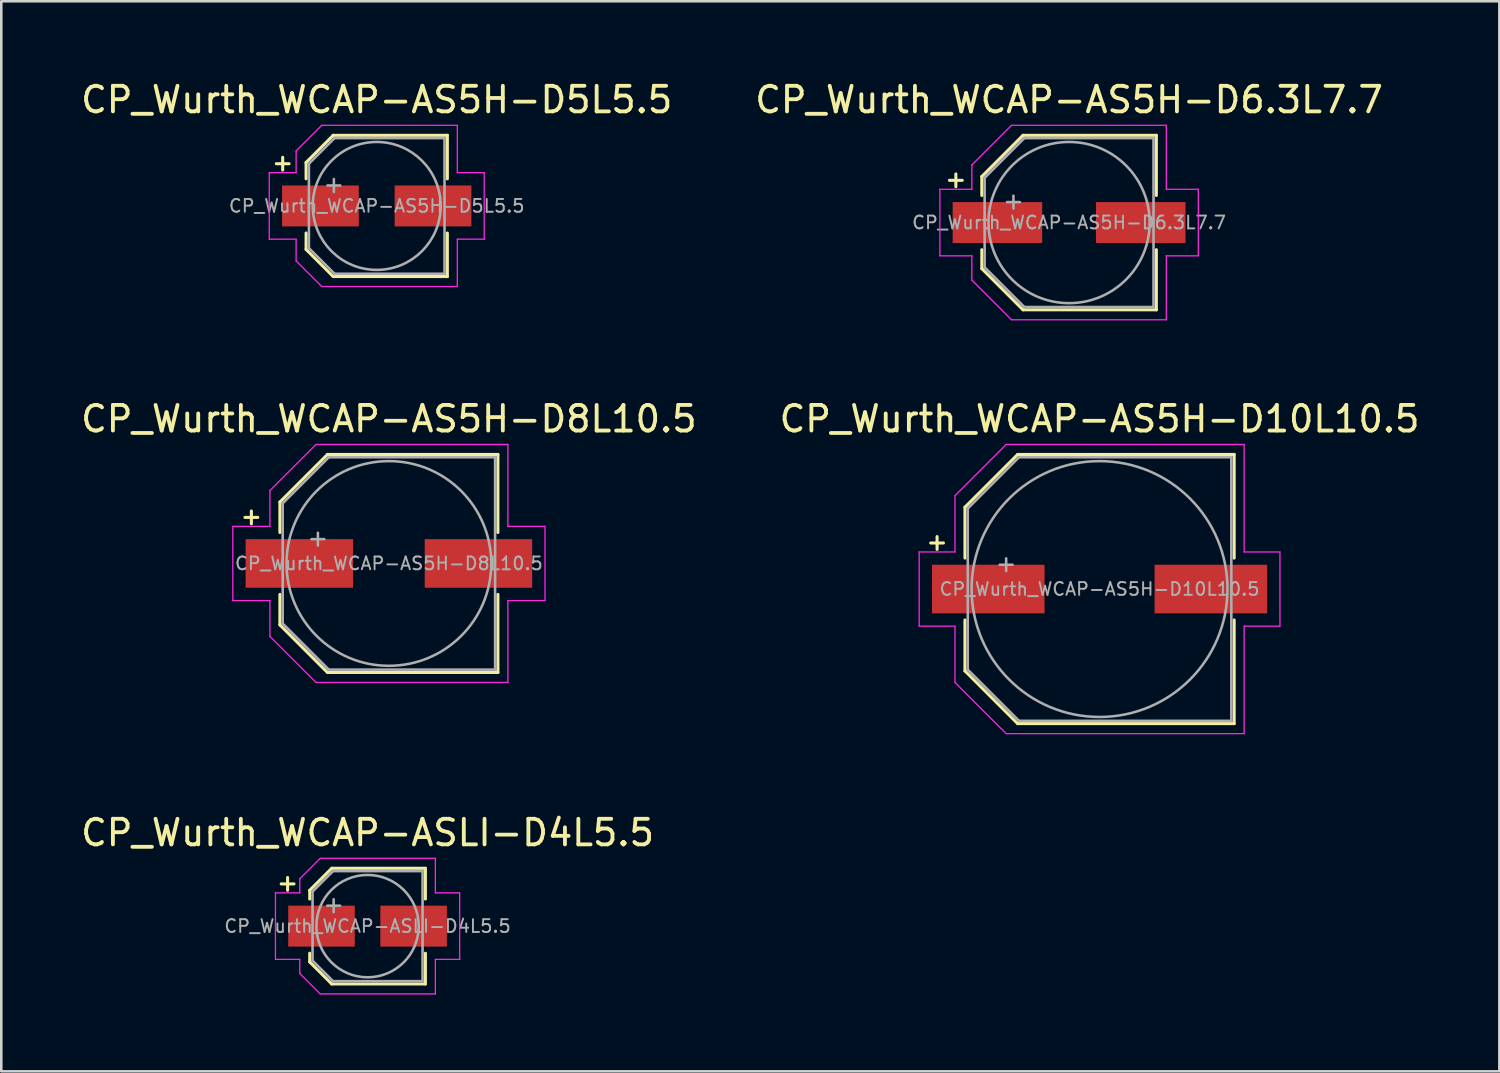
<source format=kicad_pcb>
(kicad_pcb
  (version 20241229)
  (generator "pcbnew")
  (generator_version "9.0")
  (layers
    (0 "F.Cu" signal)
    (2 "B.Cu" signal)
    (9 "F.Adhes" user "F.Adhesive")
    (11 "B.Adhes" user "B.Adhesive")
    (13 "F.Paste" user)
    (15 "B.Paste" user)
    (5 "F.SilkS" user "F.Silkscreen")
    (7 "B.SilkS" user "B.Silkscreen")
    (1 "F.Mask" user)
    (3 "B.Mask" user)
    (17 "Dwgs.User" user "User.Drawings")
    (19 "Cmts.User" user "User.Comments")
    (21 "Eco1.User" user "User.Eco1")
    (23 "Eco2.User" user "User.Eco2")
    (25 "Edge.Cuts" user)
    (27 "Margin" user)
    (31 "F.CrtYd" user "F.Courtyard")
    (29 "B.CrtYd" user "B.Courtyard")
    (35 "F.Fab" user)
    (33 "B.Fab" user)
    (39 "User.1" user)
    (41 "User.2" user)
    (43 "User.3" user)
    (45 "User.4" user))
  (footprint "CP_Wurth_WCAP-AS5H-D6.3L7.7"
    (layer "F.Cu")
    (at 38.732 5.648)
    (property "Reference" "CP_Wurth_WCAP-AS5H-D6.3L7.7" (at 0 -4.8 0) (unlocked yes) (layer "F.SilkS") (effects (font (size 1 1) (thickness 0.15))))
    (attr smd)
    (fp_line (start -4.425 -1.4) (end -4.425 -1.9) (stroke (width 0.12) (type solid)) (layer "F.SilkS"))
    (fp_line (start -4.175 -1.65) (end -4.675 -1.65) (stroke (width 0.12) (type solid)) (layer "F.SilkS"))
    (fp_line (start -3.41 -1.8) (end -3.41 -1.06) (stroke (width 0.12) (type default)) (layer "F.SilkS"))
    (fp_line (start -3.41 -1.8) (end -1.8 -3.41) (stroke (width 0.12) (type default)) (layer "F.SilkS"))
    (fp_line (start -3.41 1.8) (end -3.41 1.06) (stroke (width 0.12) (type default)) (layer "F.SilkS"))
    (fp_line (start -3.41 1.8) (end -1.8 3.41) (stroke (width 0.12) (type default)) (layer "F.SilkS"))
    (fp_line (start -1.8 -3.41) (end 3.41 -3.41) (stroke (width 0.12) (type solid)) (layer "F.SilkS"))
    (fp_line (start -1.8 3.41) (end 3.41 3.41) (stroke (width 0.12) (type solid)) (layer "F.SilkS"))
    (fp_line (start 3.41 -3.41) (end 3.41 -1.06) (stroke (width 0.12) (type default)) (layer "F.SilkS"))
    (fp_line (start 3.41 1.06) (end 3.41 3.41) (stroke (width 0.12) (type default)) (layer "F.SilkS"))
    (fp_line (start -5.05 -1.3) (end -5.05 1.3) (stroke (width 0.05) (type default)) (layer "F.CrtYd"))
    (fp_line (start -5.05 -1.3) (end -3.8 -1.3) (stroke (width 0.05) (type default)) (layer "F.CrtYd"))
    (fp_line (start -5.05 1.3) (end -3.8 1.3) (stroke (width 0.05) (type default)) (layer "F.CrtYd"))
    (fp_line (start -3.8 -2.25) (end -3.8 -1.3) (stroke (width 0.05) (type default)) (layer "F.CrtYd"))
    (fp_line (start -3.8 -2.25) (end -2.25 -3.8) (stroke (width 0.05) (type default)) (layer "F.CrtYd"))
    (fp_line (start -3.8 1.3) (end -3.8 2.25) (stroke (width 0.05) (type default)) (layer "F.CrtYd"))
    (fp_line (start -3.8 2.25) (end -2.25 3.8) (stroke (width 0.05) (type default)) (layer "F.CrtYd"))
    (fp_line (start -2.25 -3.8) (end 3.8 -3.8) (stroke (width 0.05) (type default)) (layer "F.CrtYd"))
    (fp_line (start -2.25 3.8) (end 3.8 3.8) (stroke (width 0.05) (type default)) (layer "F.CrtYd"))
    (fp_line (start 3.8 -3.8) (end 3.8 -1.3) (stroke (width 0.05) (type default)) (layer "F.CrtYd"))
    (fp_line (start 3.8 -1.3) (end 5.05 -1.3) (stroke (width 0.05) (type default)) (layer "F.CrtYd"))
    (fp_line (start 3.8 1.3) (end 3.8 3.8) (stroke (width 0.05) (type default)) (layer "F.CrtYd"))
    (fp_line (start 3.8 1.3) (end 5.05 1.3) (stroke (width 0.05) (type default)) (layer "F.CrtYd"))
    (fp_line (start 5.05 -1.3) (end 5.05 1.3) (stroke (width 0.05) (type default)) (layer "F.CrtYd"))
    (fp_line (start -3.3 -1.75) (end -1.75 -3.3) (stroke (width 0.1) (type default)) (layer "F.Fab"))
    (fp_line (start -3.3 1.75) (end -3.3 -1.75) (stroke (width 0.1) (type default)) (layer "F.Fab"))
    (fp_line (start -2.175 -0.55) (end -2.175 -1.05) (stroke (width 0.1) (type default)) (layer "F.Fab"))
    (fp_line (start -1.925 -0.8) (end -2.425 -0.8) (stroke (width 0.1) (type default)) (layer "F.Fab"))
    (fp_line (start -1.75 -3.3) (end 3.3 -3.3) (stroke (width 0.1) (type default)) (layer "F.Fab"))
    (fp_line (start -1.75 3.3) (end -3.3 1.75) (stroke (width 0.1) (type default)) (layer "F.Fab"))
    (fp_line (start 3.3 -3.3) (end 3.3 3.3) (stroke (width 0.1) (type default)) (layer "F.Fab"))
    (fp_line (start 3.3 3.3) (end -1.75 3.3) (stroke (width 0.1) (type default)) (layer "F.Fab"))
    (fp_circle (center 0 0) (end 3.15 0) (stroke (width 0.1) (type default)) (fill no) (layer "F.Fab"))
    (fp_text user "${REFERENCE}" (at 0 0 0) (unlocked yes) (layer "F.Fab") (effects (font (size 0.5 0.5) (thickness 0.075))))
    (pad "1" smd rect (at -2.8 0) (size 3.5 1.6) (layers "F.Cu" "F.Mask" "F.Paste"))
    (pad "2" smd rect (at 2.8 0) (size 3.5 1.6) (layers "F.Cu" "F.Mask" "F.Paste")))
  (footprint "CP_Wurth_WCAP-AS5H-D10L10.5"
    (layer "F.Cu")
    (at 39.923 19.971)
    (property "Reference" "CP_Wurth_WCAP-AS5H-D10L10.5" (at 0 -6.65 0) (unlocked yes) (layer "F.SilkS") (effects (font (size 1 1) (thickness 0.15))))
    (attr smd)
    (fp_line (start -6.35 -1.55) (end -6.35 -2.05) (stroke (width 0.12) (type solid)) (layer "F.SilkS"))
    (fp_line (start -6.1 -1.8) (end -6.6 -1.8) (stroke (width 0.12) (type solid)) (layer "F.SilkS"))
    (fp_line (start -5.26 -3.2) (end -5.26 -1.21) (stroke (width 0.12) (type default)) (layer "F.SilkS"))
    (fp_line (start -5.26 -3.2) (end -3.2 -5.26) (stroke (width 0.12) (type default)) (layer "F.SilkS"))
    (fp_line (start -5.26 3.2) (end -5.26 1.21) (stroke (width 0.12) (type default)) (layer "F.SilkS"))
    (fp_line (start -5.26 3.2) (end -3.2 5.26) (stroke (width 0.12) (type default)) (layer "F.SilkS"))
    (fp_line (start -3.2 -5.26) (end 5.26 -5.26) (stroke (width 0.12) (type solid)) (layer "F.SilkS"))
    (fp_line (start -3.2 5.26) (end 5.26 5.26) (stroke (width 0.12) (type solid)) (layer "F.SilkS"))
    (fp_line (start 5.26 -5.26) (end 5.26 -1.21) (stroke (width 0.12) (type default)) (layer "F.SilkS"))
    (fp_line (start 5.26 1.21) (end 5.26 5.26) (stroke (width 0.12) (type default)) (layer "F.SilkS"))
    (fp_line (start -7.05 -1.45) (end -7.05 1.45) (stroke (width 0.05) (type default)) (layer "F.CrtYd"))
    (fp_line (start -7.05 -1.45) (end -5.65 -1.45) (stroke (width 0.05) (type default)) (layer "F.CrtYd"))
    (fp_line (start -7.05 1.45) (end -5.65 1.45) (stroke (width 0.05) (type default)) (layer "F.CrtYd"))
    (fp_line (start -5.65 -3.65) (end -5.65 -1.45) (stroke (width 0.05) (type default)) (layer "F.CrtYd"))
    (fp_line (start -5.65 -3.65) (end -3.65 -5.65) (stroke (width 0.05) (type default)) (layer "F.CrtYd"))
    (fp_line (start -5.65 1.45) (end -5.65 3.65) (stroke (width 0.05) (type default)) (layer "F.CrtYd"))
    (fp_line (start -5.65 3.65) (end -3.65 5.65) (stroke (width 0.05) (type default)) (layer "F.CrtYd"))
    (fp_line (start -3.65 -5.65) (end 5.65 -5.65) (stroke (width 0.05) (type default)) (layer "F.CrtYd"))
    (fp_line (start -3.65 5.65) (end 5.65 5.65) (stroke (width 0.05) (type default)) (layer "F.CrtYd"))
    (fp_line (start 5.65 -5.65) (end 5.65 -1.45) (stroke (width 0.05) (type default)) (layer "F.CrtYd"))
    (fp_line (start 5.65 -1.45) (end 7.05 -1.45) (stroke (width 0.05) (type default)) (layer "F.CrtYd"))
    (fp_line (start 5.65 1.45) (end 5.65 5.65) (stroke (width 0.05) (type default)) (layer "F.CrtYd"))
    (fp_line (start 5.65 1.45) (end 7.05 1.45) (stroke (width 0.05) (type default)) (layer "F.CrtYd"))
    (fp_line (start 7.05 -1.45) (end 7.05 1.45) (stroke (width 0.05) (type default)) (layer "F.CrtYd"))
    (fp_line (start -5.15 -3.15) (end -3.15 -5.15) (stroke (width 0.1) (type default)) (layer "F.Fab"))
    (fp_line (start -5.15 3.15) (end -5.15 -3.15) (stroke (width 0.1) (type default)) (layer "F.Fab"))
    (fp_line (start -3.65 -0.7) (end -3.65 -1.2) (stroke (width 0.1) (type default)) (layer "F.Fab"))
    (fp_line (start -3.4 -0.95) (end -3.9 -0.95) (stroke (width 0.1) (type default)) (layer "F.Fab"))
    (fp_line (start -3.15 -5.15) (end 5.15 -5.15) (stroke (width 0.1) (type default)) (layer "F.Fab"))
    (fp_line (start -3.15 5.15) (end -5.15 3.15) (stroke (width 0.1) (type default)) (layer "F.Fab"))
    (fp_line (start 5.15 -5.15) (end 5.15 5.15) (stroke (width 0.1) (type default)) (layer "F.Fab"))
    (fp_line (start 5.15 5.15) (end -3.15 5.15) (stroke (width 0.1) (type default)) (layer "F.Fab"))
    (fp_circle (center 0 0) (end 5 0) (stroke (width 0.1) (type default)) (fill no) (layer "F.Fab"))
    (fp_text user "${REFERENCE}" (at 0 0 0) (unlocked yes) (layer "F.Fab") (effects (font (size 0.5 0.5) (thickness 0.075))))
    (pad "1" smd rect (at -4.35 0) (size 4.4 1.9) (layers "F.Cu" "F.Mask" "F.Paste"))
    (pad "2" smd rect (at 4.35 0) (size 4.4 1.9) (layers "F.Cu" "F.Mask" "F.Paste")))
  (footprint "CP_Wurth_WCAP-AS5H-D8L10.5"
    (layer "F.Cu")
    (at 12.149 18.971)
    (property "Reference" "CP_Wurth_WCAP-AS5H-D8L10.5" (at 0 -5.65 0) (unlocked yes) (layer "F.SilkS") (effects (font (size 1 1) (thickness 0.15))))
    (attr smd)
    (fp_line (start -5.375 -1.55) (end -5.375 -2.05) (stroke (width 0.12) (type solid)) (layer "F.SilkS"))
    (fp_line (start -5.125 -1.8) (end -5.625 -1.8) (stroke (width 0.12) (type solid)) (layer "F.SilkS"))
    (fp_line (start -4.26 -2.4) (end -4.26 -1.21) (stroke (width 0.12) (type default)) (layer "F.SilkS"))
    (fp_line (start -4.26 -2.4) (end -2.4 -4.26) (stroke (width 0.12) (type default)) (layer "F.SilkS"))
    (fp_line (start -4.26 2.4) (end -4.26 1.21) (stroke (width 0.12) (type default)) (layer "F.SilkS"))
    (fp_line (start -4.26 2.4) (end -2.4 4.26) (stroke (width 0.12) (type default)) (layer "F.SilkS"))
    (fp_line (start -2.4 -4.26) (end 4.26 -4.26) (stroke (width 0.12) (type solid)) (layer "F.SilkS"))
    (fp_line (start -2.4 4.26) (end 4.26 4.26) (stroke (width 0.12) (type solid)) (layer "F.SilkS"))
    (fp_line (start 4.26 -4.26) (end 4.26 -1.21) (stroke (width 0.12) (type default)) (layer "F.SilkS"))
    (fp_line (start 4.26 1.21) (end 4.26 4.26) (stroke (width 0.12) (type default)) (layer "F.SilkS"))
    (fp_line (start -6.1 -1.45) (end -6.1 1.45) (stroke (width 0.05) (type default)) (layer "F.CrtYd"))
    (fp_line (start -6.1 -1.45) (end -4.65 -1.45) (stroke (width 0.05) (type default)) (layer "F.CrtYd"))
    (fp_line (start -6.1 1.45) (end -4.65 1.45) (stroke (width 0.05) (type default)) (layer "F.CrtYd"))
    (fp_line (start -4.65 -2.85) (end -4.65 -1.45) (stroke (width 0.05) (type default)) (layer "F.CrtYd"))
    (fp_line (start -4.65 -2.85) (end -2.85 -4.65) (stroke (width 0.05) (type default)) (layer "F.CrtYd"))
    (fp_line (start -4.65 1.45) (end -4.65 2.85) (stroke (width 0.05) (type default)) (layer "F.CrtYd"))
    (fp_line (start -4.65 2.85) (end -2.85 4.65) (stroke (width 0.05) (type default)) (layer "F.CrtYd"))
    (fp_line (start -2.85 -4.65) (end 4.65 -4.65) (stroke (width 0.05) (type default)) (layer "F.CrtYd"))
    (fp_line (start -2.85 4.65) (end 4.65 4.65) (stroke (width 0.05) (type default)) (layer "F.CrtYd"))
    (fp_line (start 4.65 -4.65) (end 4.65 -1.45) (stroke (width 0.05) (type default)) (layer "F.CrtYd"))
    (fp_line (start 4.65 -1.45) (end 6.1 -1.45) (stroke (width 0.05) (type default)) (layer "F.CrtYd"))
    (fp_line (start 4.65 1.45) (end 4.65 4.65) (stroke (width 0.05) (type default)) (layer "F.CrtYd"))
    (fp_line (start 4.65 1.45) (end 6.1 1.45) (stroke (width 0.05) (type default)) (layer "F.CrtYd"))
    (fp_line (start 6.1 -1.45) (end 6.1 1.45) (stroke (width 0.05) (type default)) (layer "F.CrtYd"))
    (fp_line (start -4.15 -2.35) (end -2.35 -4.15) (stroke (width 0.1) (type default)) (layer "F.Fab"))
    (fp_line (start -4.15 2.35) (end -4.15 -2.35) (stroke (width 0.1) (type default)) (layer "F.Fab"))
    (fp_line (start -2.775 -0.7) (end -2.775 -1.2) (stroke (width 0.1) (type default)) (layer "F.Fab"))
    (fp_line (start -2.525 -0.95) (end -3.025 -0.95) (stroke (width 0.1) (type default)) (layer "F.Fab"))
    (fp_line (start -2.35 -4.15) (end 4.15 -4.15) (stroke (width 0.1) (type default)) (layer "F.Fab"))
    (fp_line (start -2.35 4.15) (end -4.15 2.35) (stroke (width 0.1) (type default)) (layer "F.Fab"))
    (fp_line (start 4.15 -4.15) (end 4.15 4.15) (stroke (width 0.1) (type default)) (layer "F.Fab"))
    (fp_line (start 4.15 4.15) (end -2.35 4.15) (stroke (width 0.1) (type default)) (layer "F.Fab"))
    (fp_circle (center 0 0) (end 4 0) (stroke (width 0.1) (type default)) (fill no) (layer "F.Fab"))
    (fp_text user "${REFERENCE}" (at 0 0 0) (unlocked yes) (layer "F.Fab") (effects (font (size 0.5 0.5) (thickness 0.075))))
    (pad "1" smd rect (at -3.5 0) (size 4.2 1.9) (layers "F.Cu" "F.Mask" "F.Paste"))
    (pad "2" smd rect (at 3.5 0) (size 4.2 1.9) (layers "F.Cu" "F.Mask" "F.Paste")))
  (footprint "CP_Wurth_WCAP-AS5H-D5L5.5"
    (layer "F.Cu")
    (at 11.673 4.998)
    (property "Reference" "CP_Wurth_WCAP-AS5H-D5L5.5" (at 0 -4.15 0) (unlocked yes) (layer "F.SilkS") (effects (font (size 1 1) (thickness 0.15))))
    (attr smd)
    (fp_line (start -3.675 -1.4) (end -3.675 -1.9) (stroke (width 0.12) (type solid)) (layer "F.SilkS"))
    (fp_line (start -3.425 -1.65) (end -3.925 -1.65) (stroke (width 0.12) (type solid)) (layer "F.SilkS"))
    (fp_line (start -2.76 -1.7) (end -2.76 -1.06) (stroke (width 0.12) (type default)) (layer "F.SilkS"))
    (fp_line (start -2.76 -1.7) (end -1.7 -2.76) (stroke (width 0.12) (type default)) (layer "F.SilkS"))
    (fp_line (start -2.76 1.7) (end -2.76 1.06) (stroke (width 0.12) (type default)) (layer "F.SilkS"))
    (fp_line (start -2.76 1.7) (end -1.7 2.76) (stroke (width 0.12) (type default)) (layer "F.SilkS"))
    (fp_line (start -1.7 -2.76) (end 2.76 -2.76) (stroke (width 0.12) (type solid)) (layer "F.SilkS"))
    (fp_line (start -1.7 2.76) (end 2.76 2.76) (stroke (width 0.12) (type solid)) (layer "F.SilkS"))
    (fp_line (start 2.76 -2.76) (end 2.76 -1.06) (stroke (width 0.12) (type default)) (layer "F.SilkS"))
    (fp_line (start 2.76 1.06) (end 2.76 2.76) (stroke (width 0.12) (type default)) (layer "F.SilkS"))
    (fp_line (start -4.2 -1.3) (end -4.2 1.3) (stroke (width 0.05) (type default)) (layer "F.CrtYd"))
    (fp_line (start -4.2 -1.3) (end -3.15 -1.3) (stroke (width 0.05) (type default)) (layer "F.CrtYd"))
    (fp_line (start -4.2 1.3) (end -3.15 1.3) (stroke (width 0.05) (type default)) (layer "F.CrtYd"))
    (fp_line (start -3.15 -2.15) (end -3.15 -1.3) (stroke (width 0.05) (type default)) (layer "F.CrtYd"))
    (fp_line (start -3.15 -2.15) (end -2.15 -3.15) (stroke (width 0.05) (type default)) (layer "F.CrtYd"))
    (fp_line (start -3.15 1.3) (end -3.15 2.15) (stroke (width 0.05) (type default)) (layer "F.CrtYd"))
    (fp_line (start -3.15 2.15) (end -2.15 3.15) (stroke (width 0.05) (type default)) (layer "F.CrtYd"))
    (fp_line (start -2.15 -3.15) (end 3.15 -3.15) (stroke (width 0.05) (type default)) (layer "F.CrtYd"))
    (fp_line (start -2.15 3.15) (end 3.15 3.15) (stroke (width 0.05) (type default)) (layer "F.CrtYd"))
    (fp_line (start 3.15 -3.15) (end 3.15 -1.3) (stroke (width 0.05) (type default)) (layer "F.CrtYd"))
    (fp_line (start 3.15 -1.3) (end 4.2 -1.3) (stroke (width 0.05) (type default)) (layer "F.CrtYd"))
    (fp_line (start 3.15 1.3) (end 3.15 3.15) (stroke (width 0.05) (type default)) (layer "F.CrtYd"))
    (fp_line (start 3.15 1.3) (end 4.2 1.3) (stroke (width 0.05) (type default)) (layer "F.CrtYd"))
    (fp_line (start 4.2 -1.3) (end 4.2 1.3) (stroke (width 0.05) (type default)) (layer "F.CrtYd"))
    (fp_line (start -2.65 -1.65) (end -1.65 -2.65) (stroke (width 0.1) (type default)) (layer "F.Fab"))
    (fp_line (start -2.65 1.65) (end -2.65 -1.65) (stroke (width 0.1) (type default)) (layer "F.Fab"))
    (fp_line (start -1.675 -0.55) (end -1.675 -1.05) (stroke (width 0.1) (type default)) (layer "F.Fab"))
    (fp_line (start -1.65 -2.65) (end 2.65 -2.65) (stroke (width 0.1) (type default)) (layer "F.Fab"))
    (fp_line (start -1.65 2.65) (end -2.65 1.65) (stroke (width 0.1) (type default)) (layer "F.Fab"))
    (fp_line (start -1.425 -0.8) (end -1.925 -0.8) (stroke (width 0.1) (type default)) (layer "F.Fab"))
    (fp_line (start 2.65 -2.65) (end 2.65 2.65) (stroke (width 0.1) (type default)) (layer "F.Fab"))
    (fp_line (start 2.65 2.65) (end -1.65 2.65) (stroke (width 0.1) (type default)) (layer "F.Fab"))
    (fp_circle (center 0 0) (end 2.5 0) (stroke (width 0.1) (type default)) (fill no) (layer "F.Fab"))
    (fp_text user "${REFERENCE}" (at 0 0 0) (unlocked yes) (layer "F.Fab") (effects (font (size 0.5 0.5) (thickness 0.075))))
    (pad "1" smd rect (at -2.2 0) (size 3 1.6) (layers "F.Cu" "F.Mask" "F.Paste"))
    (pad "2" smd rect (at 2.2 0) (size 3 1.6) (layers "F.Cu" "F.Mask" "F.Paste")))
  (footprint "CP_Wurth_WCAP-ASLI-D4L5.5"
    (layer "F.Cu")
    (at 11.315 33.145)
    (property "Reference" "CP_Wurth_WCAP-ASLI-D4L5.5" (at 0 -3.65 0) (unlocked yes) (layer "F.SilkS") (effects (font (size 1 1) (thickness 0.15))))
    (attr smd)
    (fp_line (start -3.125 -1.4) (end -3.125 -1.9) (stroke (width 0.12) (type solid)) (layer "F.SilkS"))
    (fp_line (start -2.875 -1.65) (end -3.375 -1.65) (stroke (width 0.12) (type solid)) (layer "F.SilkS"))
    (fp_line (start -2.26 -1.4) (end -2.26 -1.06) (stroke (width 0.12) (type default)) (layer "F.SilkS"))
    (fp_line (start -2.26 -1.4) (end -1.4 -2.26) (stroke (width 0.12) (type default)) (layer "F.SilkS"))
    (fp_line (start -2.26 1.4) (end -2.26 1.06) (stroke (width 0.12) (type default)) (layer "F.SilkS"))
    (fp_line (start -2.26 1.4) (end -1.4 2.26) (stroke (width 0.12) (type default)) (layer "F.SilkS"))
    (fp_line (start -1.4 -2.26) (end 2.26 -2.26) (stroke (width 0.12) (type solid)) (layer "F.SilkS"))
    (fp_line (start -1.4 2.26) (end 2.26 2.26) (stroke (width 0.12) (type solid)) (layer "F.SilkS"))
    (fp_line (start 2.26 -2.26) (end 2.26 -1.06) (stroke (width 0.12) (type default)) (layer "F.SilkS"))
    (fp_line (start 2.26 1.06) (end 2.26 2.26) (stroke (width 0.12) (type default)) (layer "F.SilkS"))
    (fp_line (start -3.6 -1.3) (end -3.6 1.3) (stroke (width 0.05) (type default)) (layer "F.CrtYd"))
    (fp_line (start -3.6 -1.3) (end -2.65 -1.3) (stroke (width 0.05) (type default)) (layer "F.CrtYd"))
    (fp_line (start -3.6 1.3) (end -2.65 1.3) (stroke (width 0.05) (type default)) (layer "F.CrtYd"))
    (fp_line (start -2.65 -1.85) (end -2.65 -1.3) (stroke (width 0.05) (type default)) (layer "F.CrtYd"))
    (fp_line (start -2.65 -1.85) (end -1.85 -2.65) (stroke (width 0.05) (type default)) (layer "F.CrtYd"))
    (fp_line (start -2.65 1.3) (end -2.65 1.85) (stroke (width 0.05) (type default)) (layer "F.CrtYd"))
    (fp_line (start -2.65 1.85) (end -1.85 2.65) (stroke (width 0.05) (type default)) (layer "F.CrtYd"))
    (fp_line (start -1.85 -2.65) (end 2.65 -2.65) (stroke (width 0.05) (type default)) (layer "F.CrtYd"))
    (fp_line (start -1.85 2.65) (end 2.65 2.65) (stroke (width 0.05) (type default)) (layer "F.CrtYd"))
    (fp_line (start 2.65 -2.65) (end 2.65 -1.3) (stroke (width 0.05) (type default)) (layer "F.CrtYd"))
    (fp_line (start 2.65 -1.3) (end 3.6 -1.3) (stroke (width 0.05) (type default)) (layer "F.CrtYd"))
    (fp_line (start 2.65 1.3) (end 2.65 2.65) (stroke (width 0.05) (type default)) (layer "F.CrtYd"))
    (fp_line (start 2.65 1.3) (end 3.6 1.3) (stroke (width 0.05) (type default)) (layer "F.CrtYd"))
    (fp_line (start 3.6 -1.3) (end 3.6 1.3) (stroke (width 0.05) (type default)) (layer "F.CrtYd"))
    (fp_line (start -2.15 -1.35) (end -1.35 -2.15) (stroke (width 0.1) (type default)) (layer "F.Fab"))
    (fp_line (start -2.15 1.35) (end -2.15 -1.35) (stroke (width 0.1) (type default)) (layer "F.Fab"))
    (fp_line (start -1.35 -2.15) (end 2.15 -2.15) (stroke (width 0.1) (type default)) (layer "F.Fab"))
    (fp_line (start -1.35 2.15) (end -2.15 1.35) (stroke (width 0.1) (type default)) (layer "F.Fab"))
    (fp_line (start -1.325 -0.55) (end -1.325 -1.05) (stroke (width 0.1) (type default)) (layer "F.Fab"))
    (fp_line (start -1.075 -0.8) (end -1.575 -0.8) (stroke (width 0.1) (type default)) (layer "F.Fab"))
    (fp_line (start 2.15 -2.15) (end 2.15 2.15) (stroke (width 0.1) (type default)) (layer "F.Fab"))
    (fp_line (start 2.15 2.15) (end -1.35 2.15) (stroke (width 0.1) (type default)) (layer "F.Fab"))
    (fp_circle (center 0 0) (end 2 0) (stroke (width 0.1) (type default)) (fill no) (layer "F.Fab"))
    (fp_text user "${REFERENCE}" (at 0 0 0) (unlocked yes) (layer "F.Fab") (effects (font (size 0.5 0.5) (thickness 0.075))))
    (pad "1" smd rect (at -1.8 0) (size 2.6 1.6) (layers "F.Cu" "F.Mask" "F.Paste"))
    (pad "2" smd rect (at 1.8 0) (size 2.6 1.6) (layers "F.Cu" "F.Mask" "F.Paste")))
  (gr_rect
    (start -3 -3)
    (end 55.548 38.82)
    (stroke (width 0.1) (type default))
    (fill no)
    (layer "Edge.Cuts")))
</source>
